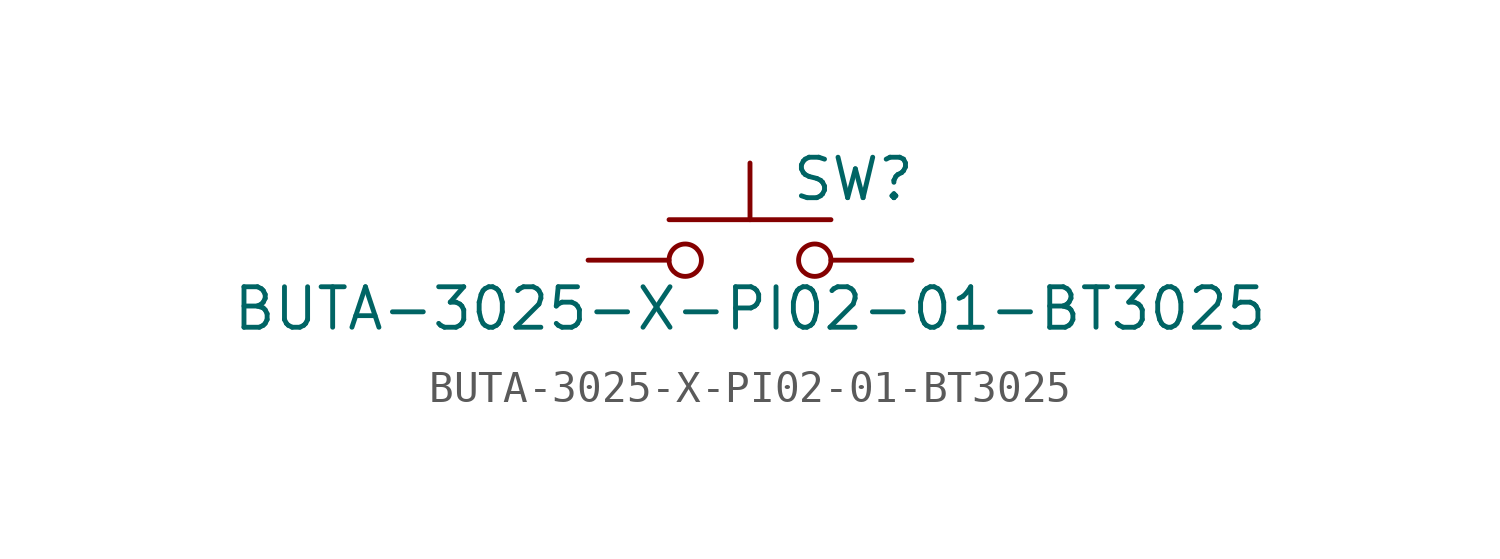
<source format=kicad_sym>
(kicad_symbol_lib
  (version 20211014)
  (generator kicad_symbol_editor)
  (symbol "BUTA-3025-X-PI02-01-BT3025"
    (pin_numbers hide)
    (pin_names
      (offset 1.016) hide)
    (property "Reference" "SW"
      (at 1.27 2.54 0)
      (effects (font (size 1.27 1.27)) (justify left)))
    (property "Value" "BUTA-3025-X-PI02-01-BT3025"
      (at 0 -1.524 0)
      (effects (font (size 1.27 1.27))))
    (symbol "BUTA-3025-X-PI02-01-BT3025_0_1"
      (circle (center -2.032 0) (radius 0.508) (stroke (width 0) (type default) (color 0 0 0 0)) (fill (type none)))
      (polyline (pts (xy 0 1.27) (xy 0 3.048)) (stroke (width 0) (type default) (color 0 0 0 0)) (fill (type none)))
      (polyline (pts (xy 2.54 1.27) (xy -2.54 1.27)) (stroke (width 0) (type default) (color 0 0 0 0)) (fill (type none)))
      (circle (center 2.032 0) (radius 0.508) (stroke (width 0) (type default) (color 0 0 0 0)) (fill (type none)))
      (pin passive line (at -5.08 0 0) (length 2.54) (name "1" (effects (font (size 1.27 1.27)))) (number "1" (effects (font (size 1.27 1.27)))))
      (pin passive line (at 5.08 0 180) (length 2.54) (name "2" (effects (font (size 1.27 1.27)))) (number "2" (effects (font (size 1.27 1.27))))))))
</source>
